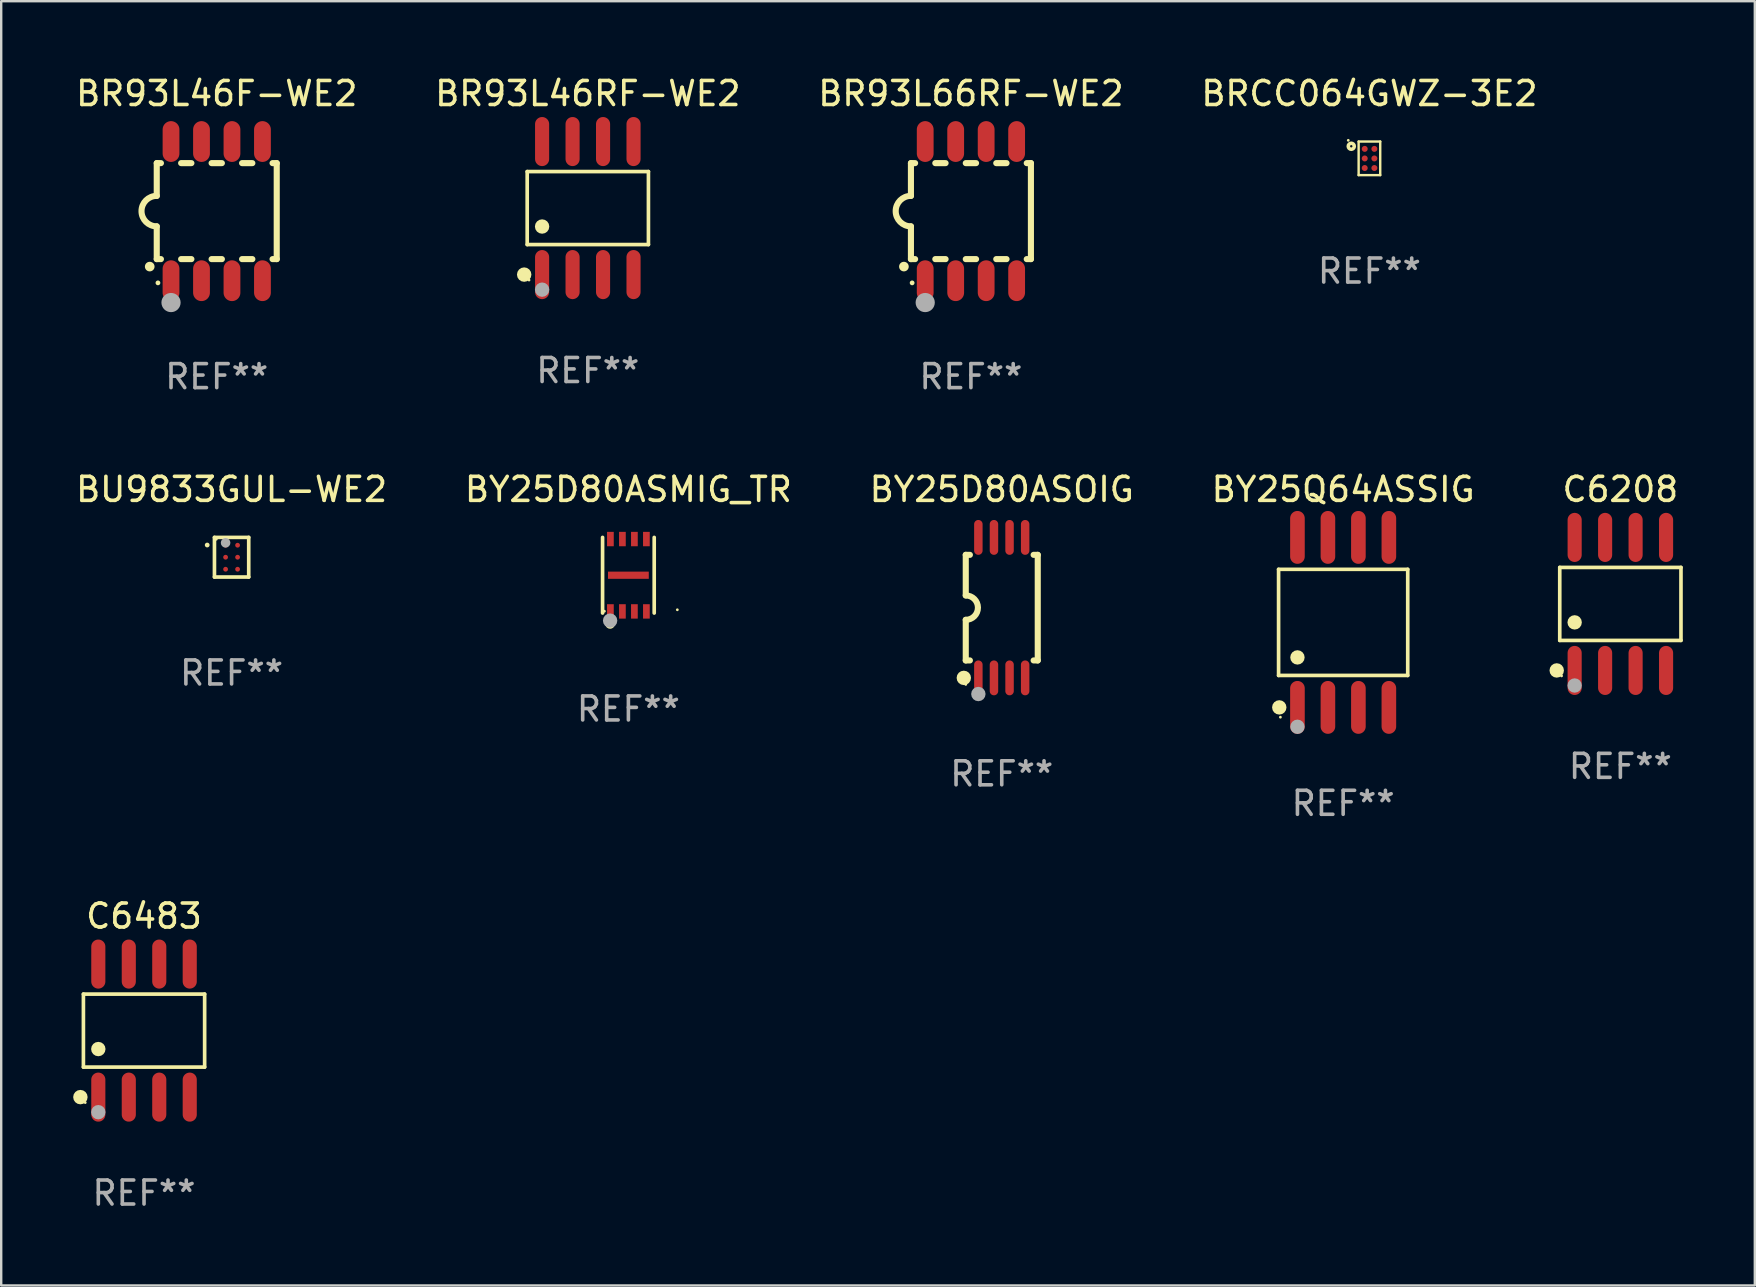
<source format=kicad_pcb>
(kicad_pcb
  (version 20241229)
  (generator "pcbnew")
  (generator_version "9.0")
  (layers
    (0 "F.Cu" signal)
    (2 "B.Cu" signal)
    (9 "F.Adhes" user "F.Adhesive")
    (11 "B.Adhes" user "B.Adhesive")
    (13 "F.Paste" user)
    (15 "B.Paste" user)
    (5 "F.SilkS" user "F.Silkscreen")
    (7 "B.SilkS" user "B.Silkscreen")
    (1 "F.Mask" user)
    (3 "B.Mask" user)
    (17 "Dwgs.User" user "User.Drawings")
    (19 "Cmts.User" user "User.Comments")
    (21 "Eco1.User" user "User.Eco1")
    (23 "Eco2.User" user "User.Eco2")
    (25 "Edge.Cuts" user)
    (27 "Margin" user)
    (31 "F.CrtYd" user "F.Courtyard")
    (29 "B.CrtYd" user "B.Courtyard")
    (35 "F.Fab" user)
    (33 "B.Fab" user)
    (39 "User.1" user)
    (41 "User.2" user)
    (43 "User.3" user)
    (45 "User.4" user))
  (footprint "BY25Q64ASSIG"
    (layer "F.Cu")
    (at 52.923 22.887)
    (property "Reference" "BY25Q64ASSIG" (at 0 -5.542 0) (layer "F.SilkS") (effects (font (size 1 1) (thickness 0.15))))
    (attr through_hole)
    (fp_line (start -2.691 -2.211) (end 2.691 -2.211) (stroke (width 0.152) (type solid)) (layer "F.SilkS"))
    (fp_line (start -2.691 2.211) (end -2.691 -2.211) (stroke (width 0.152) (type solid)) (layer "F.SilkS"))
    (fp_line (start 2.691 -2.211) (end 2.691 2.211) (stroke (width 0.152) (type solid)) (layer "F.SilkS"))
    (fp_line (start 2.691 2.211) (end -2.691 2.211) (stroke (width 0.152) (type solid)) (layer "F.SilkS"))
    (fp_circle (center -2.662 3.542) (end -2.512 3.542) (stroke (width 0.3) (type solid)) (fill no) (layer "F.SilkS"))
    (fp_circle (center -2.615 3.95) (end -2.585 3.95) (stroke (width 0.06) (type solid)) (fill no) (layer "F.SilkS"))
    (fp_circle (center -1.905 1.459) (end -1.755 1.459) (stroke (width 0.3) (type solid)) (fill no) (layer "F.SilkS"))
    (fp_circle (center -1.905 4.35) (end -1.755 4.35) (stroke (width 0.3) (type solid)) (fill no) (layer "F.Fab"))
    (fp_text user "REF**" (at 0 7.542 0) (layer "F.Fab") (effects (font (size 1 1) (thickness 0.15))))
    (pad "1" smd oval (at -1.905 3.542) (size 0.609 2.204) (layers "F.Cu" "F.Mask" "F.Paste"))
    (pad "2" smd oval (at -0.635 3.542) (size 0.609 2.204) (layers "F.Cu" "F.Mask" "F.Paste"))
    (pad "3" smd oval (at 0.635 3.542) (size 0.609 2.204) (layers "F.Cu" "F.Mask" "F.Paste"))
    (pad "4" smd oval (at 1.905 3.542) (size 0.609 2.204) (layers "F.Cu" "F.Mask" "F.Paste"))
    (pad "5" smd oval (at 1.905 -3.542) (size 0.609 2.204) (layers "F.Cu" "F.Mask" "F.Paste"))
    (pad "6" smd oval (at 0.635 -3.542) (size 0.609 2.204) (layers "F.Cu" "F.Mask" "F.Paste"))
    (pad "7" smd oval (at -0.635 -3.542) (size 0.609 2.204) (layers "F.Cu" "F.Mask" "F.Paste"))
    (pad "8" smd oval (at -1.905 -3.542) (size 0.609 2.204) (layers "F.Cu" "F.Mask" "F.Paste")))
  (footprint "BY25D80ASOIG"
    (layer "F.Cu")
    (at 38.696 22.272)
    (property "Reference" "BY25D80ASOIG" (at 0 -4.927 0) (layer "F.SilkS") (effects (font (size 1 1) (thickness 0.15))))
    (attr through_hole)
    (fp_line (start -1.5 -2.2) (end -1.5 -0.508) (stroke (width 0.254) (type solid)) (layer "F.SilkS"))
    (fp_line (start -1.5 -2.2) (end -1.328 -2.2) (stroke (width 0.254) (type solid)) (layer "F.SilkS"))
    (fp_line (start -1.5 2.2) (end -1.5 0.508) (stroke (width 0.254) (type solid)) (layer "F.SilkS"))
    (fp_line (start -1.5 2.2) (end -1.328 2.2) (stroke (width 0.254) (type solid)) (layer "F.SilkS"))
    (fp_line (start 1.328 -2.2) (end 1.5 -2.2) (stroke (width 0.254) (type solid)) (layer "F.SilkS"))
    (fp_line (start 1.328 2.2) (end 1.5 2.2) (stroke (width 0.254) (type solid)) (layer "F.SilkS"))
    (fp_line (start 1.5 -2.2) (end 1.5 2.2) (stroke (width 0.254) (type solid)) (layer "F.SilkS"))
    (fp_arc (start -1.501144 -0.508) (mid -0.993143 -0.000571) (end -1.5 0.508001) (stroke (width 0.254001) (type solid)) (layer "F.SilkS"))
    (fp_circle (center -1.581 2.927) (end -1.431 2.927) (stroke (width 0.3) (type solid)) (fill no) (layer "F.SilkS"))
    (fp_circle (center -1.5 3.2) (end -1.47 3.2) (stroke (width 0.06) (type solid)) (fill no) (layer "F.SilkS"))
    (fp_circle (center -0.975 3.6) (end -0.825 3.6) (stroke (width 0.3) (type solid)) (fill no) (layer "F.Fab"))
    (fp_text user "REF**" (at 0 6.927 0) (layer "F.Fab") (effects (font (size 1 1) (thickness 0.15))))
    (pad "1" smd oval (at -0.975 2.927) (size 0.353 1.454) (layers "F.Cu" "F.Mask" "F.Paste"))
    (pad "2" smd oval (at -0.325 2.927) (size 0.353 1.454) (layers "F.Cu" "F.Mask" "F.Paste"))
    (pad "3" smd oval (at 0.325 2.927) (size 0.353 1.454) (layers "F.Cu" "F.Mask" "F.Paste"))
    (pad "4" smd oval (at 0.975 2.927) (size 0.353 1.454) (layers "F.Cu" "F.Mask" "F.Paste"))
    (pad "5" smd oval (at 0.975 -2.927) (size 0.353 1.454) (layers "F.Cu" "F.Mask" "F.Paste"))
    (pad "6" smd oval (at 0.325 -2.927) (size 0.353 1.454) (layers "F.Cu" "F.Mask" "F.Paste"))
    (pad "7" smd oval (at -0.325 -2.927) (size 0.353 1.454) (layers "F.Cu" "F.Mask" "F.Paste"))
    (pad "8" smd oval (at -0.975 -2.927) (size 0.353 1.454) (layers "F.Cu" "F.Mask" "F.Paste")))
  (footprint "C6208"
    (layer "F.Cu")
    (at 64.475 22.117)
    (property "Reference" "C6208" (at 0 -4.772 0) (layer "F.SilkS") (effects (font (size 1 1) (thickness 0.15))))
    (attr through_hole)
    (fp_line (start -2.526 -1.521) (end 2.526 -1.521) (stroke (width 0.152) (type solid)) (layer "F.SilkS"))
    (fp_line (start -2.526 1.521) (end -2.526 -1.521) (stroke (width 0.152) (type solid)) (layer "F.SilkS"))
    (fp_line (start 2.526 -1.521) (end 2.526 1.521) (stroke (width 0.152) (type solid)) (layer "F.SilkS"))
    (fp_line (start 2.526 1.521) (end -2.526 1.521) (stroke (width 0.152) (type solid)) (layer "F.SilkS"))
    (fp_circle (center -2.652 2.772) (end -2.501 2.772) (stroke (width 0.3) (type solid)) (fill no) (layer "F.SilkS"))
    (fp_circle (center -2.45 3) (end -2.42 3) (stroke (width 0.06) (type solid)) (fill no) (layer "F.SilkS"))
    (fp_circle (center -1.905 0.769) (end -1.755 0.769) (stroke (width 0.3) (type solid)) (fill no) (layer "F.SilkS"))
    (fp_circle (center -1.905 3.4) (end -1.755 3.4) (stroke (width 0.3) (type solid)) (fill no) (layer "F.Fab"))
    (fp_text user "REF**" (at 0 6.772 0) (layer "F.Fab") (effects (font (size 1 1) (thickness 0.15))))
    (pad "1" smd oval (at -1.905 2.772) (size 0.588 2.045) (layers "F.Cu" "F.Mask" "F.Paste"))
    (pad "2" smd oval (at -0.635 2.772) (size 0.588 2.045) (layers "F.Cu" "F.Mask" "F.Paste"))
    (pad "3" smd oval (at 0.635 2.772) (size 0.588 2.045) (layers "F.Cu" "F.Mask" "F.Paste"))
    (pad "4" smd oval (at 1.905 2.772) (size 0.588 2.045) (layers "F.Cu" "F.Mask" "F.Paste"))
    (pad "5" smd oval (at 1.905 -2.772) (size 0.588 2.045) (layers "F.Cu" "F.Mask" "F.Paste"))
    (pad "6" smd oval (at 0.635 -2.772) (size 0.588 2.045) (layers "F.Cu" "F.Mask" "F.Paste"))
    (pad "7" smd oval (at -0.635 -2.772) (size 0.588 2.045) (layers "F.Cu" "F.Mask" "F.Paste"))
    (pad "8" smd oval (at -1.905 -2.772) (size 0.588 2.045) (layers "F.Cu" "F.Mask" "F.Paste")))
  (footprint "BU9833GUL-WE2"
    (layer "F.Cu")
    (at 6.601 20.171)
    (property "Reference" "BU9833GUL-WE2" (at 0 -2.826 0) (layer "F.SilkS") (effects (font (size 1 1) (thickness 0.15))))
    (attr through_hole)
    (fp_line (start -0.714 -0.826) (end 0.714 -0.826) (stroke (width 0.152) (type solid)) (layer "F.SilkS"))
    (fp_line (start -0.714 0.826) (end -0.714 -0.826) (stroke (width 0.152) (type solid)) (layer "F.SilkS"))
    (fp_line (start 0.714 -0.826) (end 0.714 0.826) (stroke (width 0.152) (type solid)) (layer "F.SilkS"))
    (fp_line (start 0.714 0.826) (end -0.714 0.826) (stroke (width 0.152) (type solid)) (layer "F.SilkS"))
    (fp_circle (center -1.016 -0.508) (end -0.966 -0.508) (stroke (width 0.1) (type solid)) (fill no) (layer "F.SilkS"))
    (fp_circle (center -0.638 -0.75) (end -0.608 -0.75) (stroke (width 0.06) (type solid)) (fill no) (layer "F.SilkS"))
    (fp_circle (center -0.25 -0.6) (end -0.15 -0.6) (stroke (width 0.2) (type solid)) (fill no) (layer "F.Fab"))
    (fp_text user "REF**" (at 0 4.826 0) (layer "F.Fab") (effects (font (size 1 1) (thickness 0.15))))
    (pad "A1" smd circle (at -0.25 -0.5) (size 0.2 0.2) (layers "F.Cu" "F.Mask" "F.Paste"))
    (pad "A2" smd circle (at 0.25 -0.5) (size 0.2 0.2) (layers "F.Cu" "F.Mask" "F.Paste"))
    (pad "B1" smd circle (at -0.25 -0.000013) (size 0.2 0.2) (layers "F.Cu" "F.Mask" "F.Paste"))
    (pad "B2" smd circle (at 0.25 -0.000013) (size 0.2 0.2) (layers "F.Cu" "F.Mask" "F.Paste"))
    (pad "C1" smd circle (at -0.25 0.5) (size 0.2 0.2) (layers "F.Cu" "F.Mask" "F.Paste"))
    (pad "C2" smd circle (at 0.25 0.5) (size 0.2 0.2) (layers "F.Cu" "F.Mask" "F.Paste")))
  (footprint "C6483"
    (layer "F.Cu")
    (at 2.952 39.898)
    (property "Reference" "C6483" (at 0 -4.772 0) (layer "F.SilkS") (effects (font (size 1 1) (thickness 0.15))))
    (attr through_hole)
    (fp_line (start -2.526 -1.521) (end 2.526 -1.521) (stroke (width 0.152) (type solid)) (layer "F.SilkS"))
    (fp_line (start -2.526 1.521) (end -2.526 -1.521) (stroke (width 0.152) (type solid)) (layer "F.SilkS"))
    (fp_line (start 2.526 -1.521) (end 2.526 1.521) (stroke (width 0.152) (type solid)) (layer "F.SilkS"))
    (fp_line (start 2.526 1.521) (end -2.526 1.521) (stroke (width 0.152) (type solid)) (layer "F.SilkS"))
    (fp_circle (center -2.652 2.772) (end -2.501 2.772) (stroke (width 0.3) (type solid)) (fill no) (layer "F.SilkS"))
    (fp_circle (center -2.45 3) (end -2.42 3) (stroke (width 0.06) (type solid)) (fill no) (layer "F.SilkS"))
    (fp_circle (center -1.905 0.769) (end -1.755 0.769) (stroke (width 0.3) (type solid)) (fill no) (layer "F.SilkS"))
    (fp_circle (center -1.905 3.4) (end -1.755 3.4) (stroke (width 0.3) (type solid)) (fill no) (layer "F.Fab"))
    (fp_text user "REF**" (at 0 6.772 0) (layer "F.Fab") (effects (font (size 1 1) (thickness 0.15))))
    (pad "1" smd oval (at -1.905 2.772) (size 0.588 2.045) (layers "F.Cu" "F.Mask" "F.Paste"))
    (pad "2" smd oval (at -0.635 2.772) (size 0.588 2.045) (layers "F.Cu" "F.Mask" "F.Paste"))
    (pad "3" smd oval (at 0.635 2.772) (size 0.588 2.045) (layers "F.Cu" "F.Mask" "F.Paste"))
    (pad "4" smd oval (at 1.905 2.772) (size 0.588 2.045) (layers "F.Cu" "F.Mask" "F.Paste"))
    (pad "5" smd oval (at 1.905 -2.772) (size 0.588 2.045) (layers "F.Cu" "F.Mask" "F.Paste"))
    (pad "6" smd oval (at 0.635 -2.772) (size 0.588 2.045) (layers "F.Cu" "F.Mask" "F.Paste"))
    (pad "7" smd oval (at -0.635 -2.772) (size 0.588 2.045) (layers "F.Cu" "F.Mask" "F.Paste"))
    (pad "8" smd oval (at -1.905 -2.772) (size 0.588 2.045) (layers "F.Cu" "F.Mask" "F.Paste")))
  (footprint "BY25D80ASMIG_TR"
    (layer "F.Cu")
    (at 23.137 20.921)
    (property "Reference" "BY25D80ASMIG_TR" (at 0 -3.576 0) (layer "F.SilkS") (effects (font (size 1 1) (thickness 0.15))))
    (attr through_hole)
    (fp_line (start -1.076 -1.576) (end -1.076 1.576) (stroke (width 0.152) (type solid)) (layer "F.SilkS"))
    (fp_line (start 1.076 1.576) (end 1.076 -1.576) (stroke (width 0.152) (type solid)) (layer "F.SilkS"))
    (fp_circle (center -1 1.5) (end -0.97 1.5) (stroke (width 0.06) (type solid)) (fill no) (layer "F.SilkS"))
    (fp_circle (center -0.762 2.032) (end -0.662 2.032) (stroke (width 0.2) (type solid)) (fill no) (layer "F.SilkS"))
    (fp_circle (center 2.039 1.44) (end 2.069 1.44) (stroke (width 0.06) (type solid)) (fill no) (layer "F.SilkS"))
    (fp_circle (center -0.762 1.892) (end -0.612 1.892) (stroke (width 0.3) (type solid)) (fill no) (layer "F.Fab"))
    (fp_text user "REF**" (at 0 5.576 0) (layer "F.Fab") (effects (font (size 1 1) (thickness 0.15))))
    (pad "1" smd rect (at -0.75 1.508 270) (size 0.6 0.28) (layers "F.Cu" "F.Mask" "F.Paste"))
    (pad "2" smd rect (at -0.25 1.508 270) (size 0.6 0.28) (layers "F.Cu" "F.Mask" "F.Paste"))
    (pad "3" smd rect (at 0.25 1.508 270) (size 0.6 0.28) (layers "F.Cu" "F.Mask" "F.Paste"))
    (pad "4" smd rect (at 0.75 1.508 270) (size 0.6 0.28) (layers "F.Cu" "F.Mask" "F.Paste"))
    (pad "5" smd rect (at 0.75 -1.507 270) (size 0.6 0.28) (layers "F.Cu" "F.Mask" "F.Paste"))
    (pad "6" smd rect (at 0.25 -1.507 270) (size 0.6 0.28) (layers "F.Cu" "F.Mask" "F.Paste"))
    (pad "7" smd rect (at -0.25 -1.507 270) (size 0.6 0.28) (layers "F.Cu" "F.Mask" "F.Paste"))
    (pad "8" smd rect (at -0.75 -1.507 270) (size 0.6 0.28) (layers "F.Cu" "F.Mask" "F.Paste"))
    (pad "9" smd rect (at -0.000089 0.00014 90) (size 0.3 1.7) (layers "F.Cu" "F.Mask" "F.Paste")))
  (footprint "BR93L66RF-WE2"
    (layer "F.Cu")
    (at 37.411 5.748)
    (property "Reference" "BR93L66RF-WE2" (at 0 -4.9 0) (layer "F.SilkS") (effects (font (size 1 1) (thickness 0.15))))
    (attr through_hole)
    (fp_line (start -2.5 -2) (end -2.5 -0.635) (stroke (width 0.254) (type solid)) (layer "F.SilkS"))
    (fp_line (start -2.5 -2) (end -2.326 -2) (stroke (width 0.254) (type solid)) (layer "F.SilkS"))
    (fp_line (start -2.5 2) (end -2.5 0.635) (stroke (width 0.254) (type solid)) (layer "F.SilkS"))
    (fp_line (start -2.5 2) (end -2.326 2) (stroke (width 0.254) (type solid)) (layer "F.SilkS"))
    (fp_line (start -1.484 -2) (end -1.056 -2) (stroke (width 0.254) (type solid)) (layer "F.SilkS"))
    (fp_line (start -1.484 2) (end -1.056 2) (stroke (width 0.254) (type solid)) (layer "F.SilkS"))
    (fp_line (start -0.214 -2) (end 0.214 -2) (stroke (width 0.254) (type solid)) (layer "F.SilkS"))
    (fp_line (start -0.214 2) (end 0.214 2) (stroke (width 0.254) (type solid)) (layer "F.SilkS"))
    (fp_line (start 1.056 -2) (end 1.484 -2) (stroke (width 0.254) (type solid)) (layer "F.SilkS"))
    (fp_line (start 1.056 2) (end 1.484 2) (stroke (width 0.254) (type solid)) (layer "F.SilkS"))
    (fp_line (start 2.326 -2) (end 2.5 -2) (stroke (width 0.254) (type solid)) (layer "F.SilkS"))
    (fp_line (start 2.326 2) (end 2.5 2) (stroke (width 0.254) (type solid)) (layer "F.SilkS"))
    (fp_line (start 2.5 -2) (end 2.5 2) (stroke (width 0.254) (type solid)) (layer "F.SilkS"))
    (fp_arc (start -2.794006 2.311405) (mid -2.792736 2.311401) (end -2.791466 2.311405) (stroke (width 0.4) (type solid)) (layer "F.SilkS"))
    (fp_arc (start -2.5 0.635001) (mid -3.134366 -0.000318) (end -2.499365 -0.635001) (stroke (width 0.254001) (type solid)) (layer "F.SilkS"))
    (fp_circle (center -2.45 2.99) (end -2.4 2.99) (stroke (width 0.1) (type solid)) (fill no) (layer "F.SilkS"))
    (fp_circle (center -1.905 3.81) (end -1.705 3.81) (stroke (width 0.4) (type solid)) (fill no) (layer "F.Fab"))
    (fp_text user "REF**" (at 0 6.9 0) (layer "F.Fab") (effects (font (size 1 1) (thickness 0.15))))
    (pad "1" smd oval (at -1.905 2.9 180) (size 0.7 1.7) (layers "F.Cu" "F.Mask" "F.Paste"))
    (pad "2" smd oval (at -0.635 2.9 180) (size 0.7 1.7) (layers "F.Cu" "F.Mask" "F.Paste"))
    (pad "3" smd oval (at 0.635 2.9 180) (size 0.7 1.7) (layers "F.Cu" "F.Mask" "F.Paste"))
    (pad "4" smd oval (at 1.905 2.9 180) (size 0.7 1.7) (layers "F.Cu" "F.Mask" "F.Paste"))
    (pad "5" smd oval (at 1.905 -2.9 180) (size 0.7 1.7) (layers "F.Cu" "F.Mask" "F.Paste"))
    (pad "6" smd oval (at 0.635 -2.9 180) (size 0.7 1.7) (layers "F.Cu" "F.Mask" "F.Paste"))
    (pad "7" smd oval (at -0.635 -2.9 180) (size 0.7 1.7) (layers "F.Cu" "F.Mask" "F.Paste"))
    (pad "8" smd oval (at -1.905 -2.9 180) (size 0.7 1.7) (layers "F.Cu" "F.Mask" "F.Paste")))
  (footprint "BR93L46F-WE2"
    (layer "F.Cu")
    (at 5.982 5.748)
    (property "Reference" "BR93L46F-WE2" (at 0 -4.9 0) (layer "F.SilkS") (effects (font (size 1 1) (thickness 0.15))))
    (attr through_hole)
    (fp_line (start -2.5 -2) (end -2.5 -0.635) (stroke (width 0.254) (type solid)) (layer "F.SilkS"))
    (fp_line (start -2.5 -2) (end -2.326 -2) (stroke (width 0.254) (type solid)) (layer "F.SilkS"))
    (fp_line (start -2.5 2) (end -2.5 0.635) (stroke (width 0.254) (type solid)) (layer "F.SilkS"))
    (fp_line (start -2.5 2) (end -2.326 2) (stroke (width 0.254) (type solid)) (layer "F.SilkS"))
    (fp_line (start -1.484 -2) (end -1.056 -2) (stroke (width 0.254) (type solid)) (layer "F.SilkS"))
    (fp_line (start -1.484 2) (end -1.056 2) (stroke (width 0.254) (type solid)) (layer "F.SilkS"))
    (fp_line (start -0.214 -2) (end 0.214 -2) (stroke (width 0.254) (type solid)) (layer "F.SilkS"))
    (fp_line (start -0.214 2) (end 0.214 2) (stroke (width 0.254) (type solid)) (layer "F.SilkS"))
    (fp_line (start 1.056 -2) (end 1.484 -2) (stroke (width 0.254) (type solid)) (layer "F.SilkS"))
    (fp_line (start 1.056 2) (end 1.484 2) (stroke (width 0.254) (type solid)) (layer "F.SilkS"))
    (fp_line (start 2.326 -2) (end 2.5 -2) (stroke (width 0.254) (type solid)) (layer "F.SilkS"))
    (fp_line (start 2.326 2) (end 2.5 2) (stroke (width 0.254) (type solid)) (layer "F.SilkS"))
    (fp_line (start 2.5 -2) (end 2.5 2) (stroke (width 0.254) (type solid)) (layer "F.SilkS"))
    (fp_arc (start -2.794006 2.311405) (mid -2.792736 2.311401) (end -2.791466 2.311405) (stroke (width 0.4) (type solid)) (layer "F.SilkS"))
    (fp_arc (start -2.5 0.635001) (mid -3.134366 -0.000318) (end -2.499365 -0.635001) (stroke (width 0.254001) (type solid)) (layer "F.SilkS"))
    (fp_circle (center -2.45 2.99) (end -2.4 2.99) (stroke (width 0.1) (type solid)) (fill no) (layer "F.SilkS"))
    (fp_circle (center -1.905 3.81) (end -1.705 3.81) (stroke (width 0.4) (type solid)) (fill no) (layer "F.Fab"))
    (fp_text user "REF**" (at 0 6.9 0) (layer "F.Fab") (effects (font (size 1 1) (thickness 0.15))))
    (pad "1" smd oval (at -1.905 2.9 180) (size 0.7 1.7) (layers "F.Cu" "F.Mask" "F.Paste"))
    (pad "2" smd oval (at -0.635 2.9 180) (size 0.7 1.7) (layers "F.Cu" "F.Mask" "F.Paste"))
    (pad "3" smd oval (at 0.635 2.9 180) (size 0.7 1.7) (layers "F.Cu" "F.Mask" "F.Paste"))
    (pad "4" smd oval (at 1.905 2.9 180) (size 0.7 1.7) (layers "F.Cu" "F.Mask" "F.Paste"))
    (pad "5" smd oval (at 1.905 -2.9 180) (size 0.7 1.7) (layers "F.Cu" "F.Mask" "F.Paste"))
    (pad "6" smd oval (at 0.635 -2.9 180) (size 0.7 1.7) (layers "F.Cu" "F.Mask" "F.Paste"))
    (pad "7" smd oval (at -0.635 -2.9 180) (size 0.7 1.7) (layers "F.Cu" "F.Mask" "F.Paste"))
    (pad "8" smd oval (at -1.905 -2.9 180) (size 0.7 1.7) (layers "F.Cu" "F.Mask" "F.Paste")))
  (footprint "BR93L46RF-WE2"
    (layer "F.Cu")
    (at 21.446 5.621)
    (property "Reference" "BR93L46RF-WE2" (at 0 -4.772 0) (layer "F.SilkS") (effects (font (size 1 1) (thickness 0.15))))
    (attr through_hole)
    (fp_line (start -2.526 -1.521) (end 2.526 -1.521) (stroke (width 0.152) (type solid)) (layer "F.SilkS"))
    (fp_line (start -2.526 1.521) (end -2.526 -1.521) (stroke (width 0.152) (type solid)) (layer "F.SilkS"))
    (fp_line (start 2.526 -1.521) (end 2.526 1.521) (stroke (width 0.152) (type solid)) (layer "F.SilkS"))
    (fp_line (start 2.526 1.521) (end -2.526 1.521) (stroke (width 0.152) (type solid)) (layer "F.SilkS"))
    (fp_circle (center -2.652 2.772) (end -2.501 2.772) (stroke (width 0.3) (type solid)) (fill no) (layer "F.SilkS"))
    (fp_circle (center -2.45 3) (end -2.42 3) (stroke (width 0.06) (type solid)) (fill no) (layer "F.SilkS"))
    (fp_circle (center -1.905 0.769) (end -1.755 0.769) (stroke (width 0.3) (type solid)) (fill no) (layer "F.SilkS"))
    (fp_circle (center -1.905 3.4) (end -1.755 3.4) (stroke (width 0.3) (type solid)) (fill no) (layer "F.Fab"))
    (fp_text user "REF**" (at 0 6.772 0) (layer "F.Fab") (effects (font (size 1 1) (thickness 0.15))))
    (pad "1" smd oval (at -1.905 2.772) (size 0.588 2.045) (layers "F.Cu" "F.Mask" "F.Paste"))
    (pad "2" smd oval (at -0.635 2.772) (size 0.588 2.045) (layers "F.Cu" "F.Mask" "F.Paste"))
    (pad "3" smd oval (at 0.635 2.772) (size 0.588 2.045) (layers "F.Cu" "F.Mask" "F.Paste"))
    (pad "4" smd oval (at 1.905 2.772) (size 0.588 2.045) (layers "F.Cu" "F.Mask" "F.Paste"))
    (pad "5" smd oval (at 1.905 -2.772) (size 0.588 2.045) (layers "F.Cu" "F.Mask" "F.Paste"))
    (pad "6" smd oval (at 0.635 -2.772) (size 0.588 2.045) (layers "F.Cu" "F.Mask" "F.Paste"))
    (pad "7" smd oval (at -0.635 -2.772) (size 0.588 2.045) (layers "F.Cu" "F.Mask" "F.Paste"))
    (pad "8" smd oval (at -1.905 -2.772) (size 0.588 2.045) (layers "F.Cu" "F.Mask" "F.Paste")))
  (footprint "BRCC064GWZ-3E2"
    (layer "F.Cu")
    (at 54.018 3.548)
    (property "Reference" "BRCC064GWZ-3E2" (at 0 -2.7 0) (layer "F.SilkS") (effects (font (size 1 1) (thickness 0.15))))
    (attr through_hole)
    (fp_line (start -0.45 -0.7) (end 0.45 -0.7) (stroke (width 0.1) (type solid)) (layer "F.SilkS"))
    (fp_line (start -0.45 0.7) (end -0.45 -0.7) (stroke (width 0.1) (type solid)) (layer "F.SilkS"))
    (fp_line (start 0.45 -0.7) (end 0.45 0.7) (stroke (width 0.1) (type solid)) (layer "F.SilkS"))
    (fp_line (start 0.45 0.7) (end -0.45 0.7) (stroke (width 0.1) (type solid)) (layer "F.SilkS"))
    (fp_circle (center -0.882 -0.75) (end -0.852 -0.75) (stroke (width 0.06) (type solid)) (fill no) (layer "F.SilkS"))
    (fp_circle (center -0.757 -0.503) (end -0.707 -0.503) (stroke (width 0.15) (type solid)) (fill no) (layer "F.SilkS"))
    (fp_text user "REF**" (at 0 4.7 0) (layer "F.Fab") (effects (font (size 1 1) (thickness 0.15))))
    (pad "A1" smd circle (at -0.196 -0.394) (size 0.25 0.25) (layers "F.Cu" "F.Mask" "F.Paste"))
    (pad "A2" smd circle (at -0.196 0.005) (size 0.25 0.25) (layers "F.Cu" "F.Mask" "F.Paste"))
    (pad "A3" smd circle (at -0.196 0.404) (size 0.25 0.25) (layers "F.Cu" "F.Mask" "F.Paste"))
    (pad "B1" smd circle (at 0.206 -0.394) (size 0.25 0.25) (layers "F.Cu" "F.Mask" "F.Paste"))
    (pad "B2" smd circle (at 0.206 0.005) (size 0.25 0.25) (layers "F.Cu" "F.Mask" "F.Paste"))
    (pad "B3" smd circle (at 0.206 0.404) (size 0.25 0.25) (layers "F.Cu" "F.Mask" "F.Paste")))
  (gr_rect
    (start -3 -3)
    (end 70.078 50.519)
    (stroke (width 0.1) (type default))
    (fill no)
    (layer "Edge.Cuts")))
</source>
